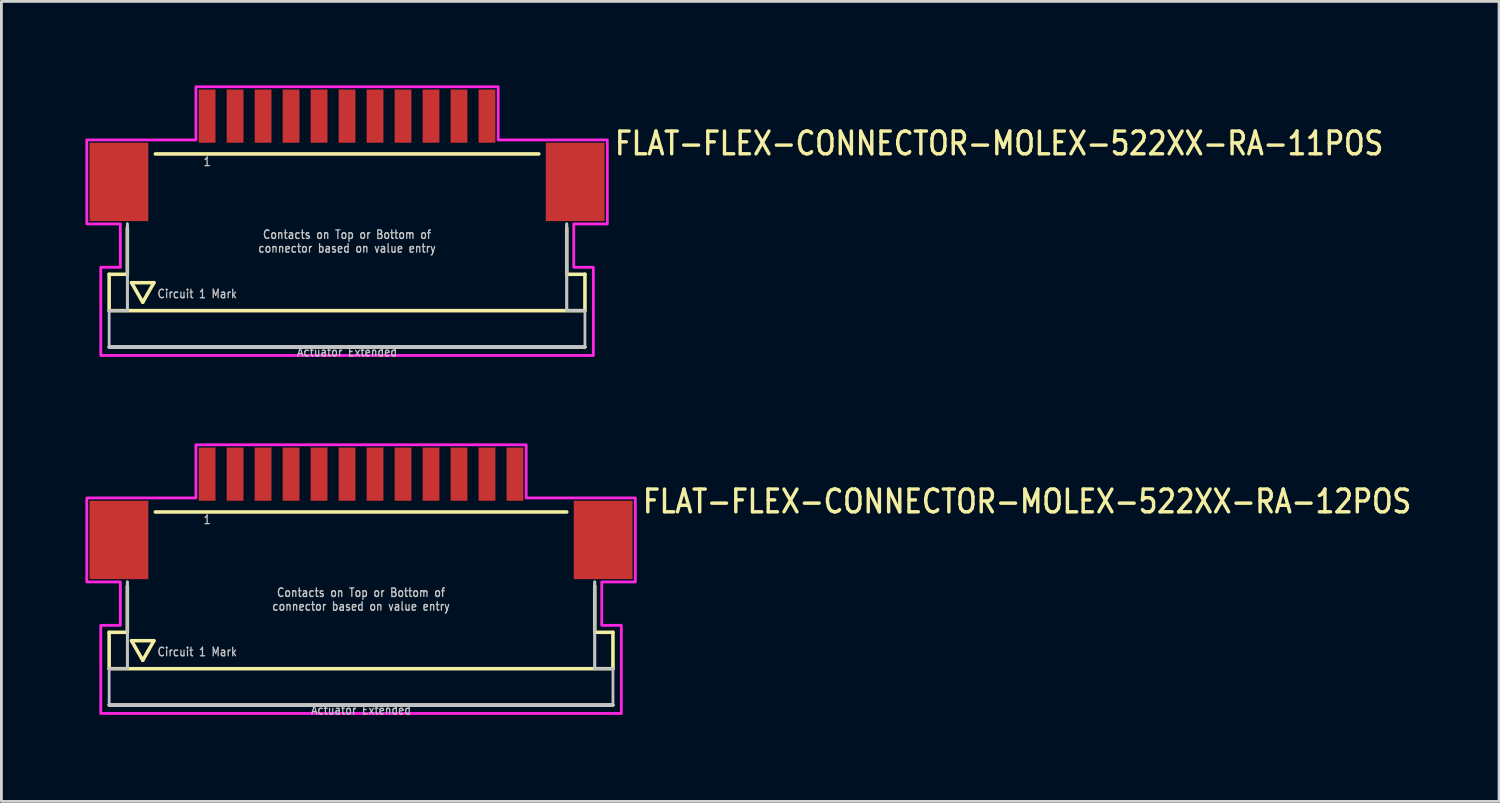
<source format=kicad_pcb>
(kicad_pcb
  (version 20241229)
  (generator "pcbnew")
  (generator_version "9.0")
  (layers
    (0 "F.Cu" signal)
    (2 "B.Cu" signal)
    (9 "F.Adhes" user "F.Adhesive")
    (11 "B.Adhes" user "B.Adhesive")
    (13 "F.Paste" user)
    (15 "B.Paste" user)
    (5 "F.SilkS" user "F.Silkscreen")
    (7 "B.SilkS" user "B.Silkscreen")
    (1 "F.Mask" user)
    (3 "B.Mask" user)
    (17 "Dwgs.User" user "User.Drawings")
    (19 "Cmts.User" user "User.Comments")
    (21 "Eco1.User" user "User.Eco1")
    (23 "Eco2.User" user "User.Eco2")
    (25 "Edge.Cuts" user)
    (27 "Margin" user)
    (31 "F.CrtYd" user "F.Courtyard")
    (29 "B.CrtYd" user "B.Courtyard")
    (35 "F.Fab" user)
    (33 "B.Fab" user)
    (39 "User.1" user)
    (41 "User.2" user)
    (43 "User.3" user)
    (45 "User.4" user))
  (footprint "FLAT-FLEX-CONNECTOR-MOLEX-522XX-RA-12POS"
    (layer "F.Cu")
    (at 9.85 14.842)
    (property "Reference" "FLAT-FLEX-CONNECTOR-MOLEX-522XX-RA-12POS" (at 10 0.5 0) (unlocked yes) (layer "F.SilkS") (effects (font (size 0.813 0.695) (thickness 0.122)) (justify left bottom)))
    (fp_line (start -9 4.7) (end -9 6) (stroke (width 0.127) (type solid)) (layer "F.SilkS"))
    (fp_line (start -9 6) (end 9 6) (stroke (width 0.127) (type solid)) (layer "F.SilkS"))
    (fp_line (start -8.35 3.05) (end -8.35 4.7) (stroke (width 0.127) (type solid)) (layer "F.SilkS"))
    (fp_line (start -8.35 4.7) (end -9 4.7) (stroke (width 0.127) (type solid)) (layer "F.SilkS"))
    (fp_line (start -8.2 5) (end -7.4 5) (stroke (width 0.127) (type solid)) (layer "F.SilkS"))
    (fp_line (start -7.8 5.7) (end -8.2 5) (stroke (width 0.127) (type solid)) (layer "F.SilkS"))
    (fp_line (start -7.4 5) (end -7.8 5.7) (stroke (width 0.127) (type solid)) (layer "F.SilkS"))
    (fp_line (start -7.35 0.4) (end 7.35 0.4) (stroke (width 0.127) (type solid)) (layer "F.SilkS"))
    (fp_line (start 8.35 3.05) (end 8.35 4.7) (stroke (width 0.127) (type solid)) (layer "F.SilkS"))
    (fp_line (start 9 4.7) (end 8.35 4.7) (stroke (width 0.127) (type solid)) (layer "F.SilkS"))
    (fp_line (start 9 6) (end 9 4.7) (stroke (width 0.127) (type solid)) (layer "F.SilkS"))
    (fp_line (start -9 6) (end -9 7.3) (stroke (width 0.1) (type solid)) (layer "Dwgs.User"))
    (fp_line (start -9 7.3) (end 9 7.3) (stroke (width 0.1) (type solid)) (layer "Dwgs.User"))
    (fp_line (start -9 7.3) (end 9 7.3) (stroke (width 0.1) (type solid)) (layer "Dwgs.User"))
    (fp_line (start -9 7.3) (end 9 7.3) (stroke (width 0.1) (type solid)) (layer "Dwgs.User"))
    (fp_line (start -9 7.3) (end 9 7.3) (stroke (width 0.1) (type solid)) (layer "Dwgs.User"))
    (fp_line (start -9 7.3) (end 9 7.3) (stroke (width 0.1) (type solid)) (layer "Dwgs.User"))
    (fp_line (start -9 7.3) (end 9 7.3) (stroke (width 0.1) (type solid)) (layer "Dwgs.User"))
    (fp_line (start -9 7.3) (end 9 7.3) (stroke (width 0.1) (type solid)) (layer "Dwgs.User"))
    (fp_line (start -9 7.3) (end 9 7.3) (stroke (width 0.1) (type solid)) (layer "Dwgs.User"))
    (fp_line (start -9 7.3) (end 9 7.3) (stroke (width 0.1) (type solid)) (layer "Dwgs.User"))
    (fp_line (start -8.35 2.9) (end -8.35 6) (stroke (width 0.1) (type solid)) (layer "Dwgs.User"))
    (fp_line (start -8.35 2.9) (end -8.35 6) (stroke (width 0.1) (type solid)) (layer "Dwgs.User"))
    (fp_line (start -8.35 6) (end -9 6) (stroke (width 0.1) (type solid)) (layer "Dwgs.User"))
    (fp_line (start 8.35 2.9) (end 8.35 6) (stroke (width 0.1) (type solid)) (layer "Dwgs.User"))
    (fp_line (start 8.35 2.9) (end 8.35 6) (stroke (width 0.1) (type solid)) (layer "Dwgs.User"))
    (fp_line (start 9 6) (end 8.35 6) (stroke (width 0.1) (type solid)) (layer "Dwgs.User"))
    (fp_line (start 9 7.3) (end 9 6) (stroke (width 0.1) (type solid)) (layer "Dwgs.User"))
    (fp_poly (pts (xy -9.8 2.9) (xy -9.8 -0.1) (xy -5.9 -0.1) (xy -5.9 -2) (xy 5.9 -2) (xy 5.9 -0.1) (xy 9.8 -0.1) (xy 9.8 2.9) (xy 8.6 2.9) (xy 8.6 4.45) (xy 9.3 4.45) (xy 9.3 7.6) (xy -9.3 7.6) (xy -9.3 4.45) (xy -8.6 4.45) (xy -8.6 2.9)) (stroke (width 0.1) (type solid)) (fill no) (layer "F.CrtYd"))
    (fp_text user "Circuit 1 Mark" (at -7.3 5.4 0) (unlocked yes) (layer "Dwgs.User") (effects (font (size 0.305 0.261) (thickness 0.046)) (justify left)))
    (fp_text user "1" (at -5.5 0.5 0) (unlocked yes) (layer "Dwgs.User") (effects (font (size 0.305 0.261) (thickness 0.046)) (justify top)))
    (fp_text user "Actuator Extended" (at 0 7.3 0) (unlocked yes) (layer "Dwgs.User") (effects (font (size 0.305 0.261) (thickness 0.046)) (justify top)))
    (fp_text user "Contacts on Top or Bottom of\nconnector based on value entry" (at 0 3.95 0) (unlocked yes) (layer "Dwgs.User") (effects (font (size 0.305 0.261) (thickness 0.046)) (justify bottom)))
    (pad "1" smd rect (at -5.5 -0.95) (size 0.6 1.9) (layers "F.Cu" "F.Mask" "F.Paste"))
    (pad "2" smd rect (at -4.5 -0.95) (size 0.6 1.9) (layers "F.Cu" "F.Mask" "F.Paste"))
    (pad "3" smd rect (at -3.5 -0.95) (size 0.6 1.9) (layers "F.Cu" "F.Mask" "F.Paste"))
    (pad "4" smd rect (at -2.5 -0.95) (size 0.6 1.9) (layers "F.Cu" "F.Mask" "F.Paste"))
    (pad "5" smd rect (at -1.5 -0.95) (size 0.6 1.9) (layers "F.Cu" "F.Mask" "F.Paste"))
    (pad "6" smd rect (at -0.5 -0.95) (size 0.6 1.9) (layers "F.Cu" "F.Mask" "F.Paste"))
    (pad "7" smd rect (at 0.5 -0.95) (size 0.6 1.9) (layers "F.Cu" "F.Mask" "F.Paste"))
    (pad "8" smd rect (at 1.5 -0.95) (size 0.6 1.9) (layers "F.Cu" "F.Mask" "F.Paste"))
    (pad "9" smd rect (at 2.5 -0.95) (size 0.6 1.9) (layers "F.Cu" "F.Mask" "F.Paste"))
    (pad "10" smd rect (at 3.5 -0.95) (size 0.6 1.9) (layers "F.Cu" "F.Mask" "F.Paste"))
    (pad "11" smd rect (at 4.5 -0.95) (size 0.6 1.9) (layers "F.Cu" "F.Mask" "F.Paste"))
    (pad "12" smd rect (at 5.5 -0.95) (size 0.6 1.9) (layers "F.Cu" "F.Mask" "F.Paste"))
    (pad "M1" smd rect (at -8.65 1.4) (size 2.1 2.8) (layers "F.Cu" "F.Mask" "F.Paste"))
    (pad "M2" smd rect (at 8.65 1.4) (size 2.1 2.8) (layers "F.Cu" "F.Mask" "F.Paste")))
  (footprint "FLAT-FLEX-CONNECTOR-MOLEX-522XX-RA-11POS"
    (layer "F.Cu")
    (at 9.35 2.05)
    (property "Reference" "FLAT-FLEX-CONNECTOR-MOLEX-522XX-RA-11POS" (at 9.5 0.5 0) (unlocked yes) (layer "F.SilkS") (effects (font (size 0.813 0.695) (thickness 0.122)) (justify left bottom)))
    (fp_line (start -8.5 4.7) (end -8.5 6) (stroke (width 0.127) (type solid)) (layer "F.SilkS"))
    (fp_line (start -8.5 6) (end 8.5 6) (stroke (width 0.127) (type solid)) (layer "F.SilkS"))
    (fp_line (start -7.85 3.05) (end -7.85 4.7) (stroke (width 0.127) (type solid)) (layer "F.SilkS"))
    (fp_line (start -7.85 4.7) (end -8.5 4.7) (stroke (width 0.127) (type solid)) (layer "F.SilkS"))
    (fp_line (start -7.7 5) (end -6.9 5) (stroke (width 0.127) (type solid)) (layer "F.SilkS"))
    (fp_line (start -7.3 5.7) (end -7.7 5) (stroke (width 0.127) (type solid)) (layer "F.SilkS"))
    (fp_line (start -6.9 5) (end -7.3 5.7) (stroke (width 0.127) (type solid)) (layer "F.SilkS"))
    (fp_line (start -6.85 0.4) (end 6.85 0.4) (stroke (width 0.127) (type solid)) (layer "F.SilkS"))
    (fp_line (start 7.85 3.05) (end 7.85 4.7) (stroke (width 0.127) (type solid)) (layer "F.SilkS"))
    (fp_line (start 8.5 4.7) (end 7.85 4.7) (stroke (width 0.127) (type solid)) (layer "F.SilkS"))
    (fp_line (start 8.5 6) (end 8.5 4.7) (stroke (width 0.127) (type solid)) (layer "F.SilkS"))
    (fp_line (start -8.5 6) (end -8.5 7.3) (stroke (width 0.1) (type solid)) (layer "Dwgs.User"))
    (fp_line (start -8.5 7.3) (end 8.5 7.3) (stroke (width 0.1) (type solid)) (layer "Dwgs.User"))
    (fp_line (start -8.5 7.3) (end 8.5 7.3) (stroke (width 0.1) (type solid)) (layer "Dwgs.User"))
    (fp_line (start -8.5 7.3) (end 8.5 7.3) (stroke (width 0.1) (type solid)) (layer "Dwgs.User"))
    (fp_line (start -8.5 7.3) (end 8.5 7.3) (stroke (width 0.1) (type solid)) (layer "Dwgs.User"))
    (fp_line (start -8.5 7.3) (end 8.5 7.3) (stroke (width 0.1) (type solid)) (layer "Dwgs.User"))
    (fp_line (start -8.5 7.3) (end 8.5 7.3) (stroke (width 0.1) (type solid)) (layer "Dwgs.User"))
    (fp_line (start -8.5 7.3) (end 8.5 7.3) (stroke (width 0.1) (type solid)) (layer "Dwgs.User"))
    (fp_line (start -8.5 7.3) (end 8.5 7.3) (stroke (width 0.1) (type solid)) (layer "Dwgs.User"))
    (fp_line (start -8.5 7.3) (end 8.5 7.3) (stroke (width 0.1) (type solid)) (layer "Dwgs.User"))
    (fp_line (start -7.85 2.9) (end -7.85 6) (stroke (width 0.1) (type solid)) (layer "Dwgs.User"))
    (fp_line (start -7.85 2.9) (end -7.85 6) (stroke (width 0.1) (type solid)) (layer "Dwgs.User"))
    (fp_line (start -7.85 6) (end -8.5 6) (stroke (width 0.1) (type solid)) (layer "Dwgs.User"))
    (fp_line (start 7.85 2.9) (end 7.85 6) (stroke (width 0.1) (type solid)) (layer "Dwgs.User"))
    (fp_line (start 7.85 2.9) (end 7.85 6) (stroke (width 0.1) (type solid)) (layer "Dwgs.User"))
    (fp_line (start 8.5 6) (end 7.85 6) (stroke (width 0.1) (type solid)) (layer "Dwgs.User"))
    (fp_line (start 8.5 7.3) (end 8.5 6) (stroke (width 0.1) (type solid)) (layer "Dwgs.User"))
    (fp_poly (pts (xy -9.3 2.9) (xy -9.3 -0.1) (xy -5.4 -0.1) (xy -5.4 -2) (xy 5.4 -2) (xy 5.4 -0.1) (xy 9.3 -0.1) (xy 9.3 2.9) (xy 8.1 2.9) (xy 8.1 4.45) (xy 8.8 4.45) (xy 8.8 7.6) (xy -8.8 7.6) (xy -8.8 4.45) (xy -8.1 4.45) (xy -8.1 2.9)) (stroke (width 0.1) (type solid)) (fill no) (layer "F.CrtYd"))
    (fp_text user "Actuator Extended" (at 0 7.3 0) (unlocked yes) (layer "Dwgs.User") (effects (font (size 0.305 0.261) (thickness 0.046)) (justify top)))
    (fp_text user "Circuit 1 Mark" (at -6.8 5.4 0) (unlocked yes) (layer "Dwgs.User") (effects (font (size 0.305 0.261) (thickness 0.046)) (justify left)))
    (fp_text user "Contacts on Top or Bottom of\nconnector based on value entry" (at 0 3.95 0) (unlocked yes) (layer "Dwgs.User") (effects (font (size 0.305 0.261) (thickness 0.046)) (justify bottom)))
    (fp_text user "1" (at -5 0.5 0) (unlocked yes) (layer "Dwgs.User") (effects (font (size 0.305 0.261) (thickness 0.046)) (justify top)))
    (pad "1" smd rect (at -5 -0.95) (size 0.6 1.9) (layers "F.Cu" "F.Mask" "F.Paste"))
    (pad "2" smd rect (at -4 -0.95) (size 0.6 1.9) (layers "F.Cu" "F.Mask" "F.Paste"))
    (pad "3" smd rect (at -3 -0.95) (size 0.6 1.9) (layers "F.Cu" "F.Mask" "F.Paste"))
    (pad "4" smd rect (at -2 -0.95) (size 0.6 1.9) (layers "F.Cu" "F.Mask" "F.Paste"))
    (pad "5" smd rect (at -1 -0.95) (size 0.6 1.9) (layers "F.Cu" "F.Mask" "F.Paste"))
    (pad "6" smd rect (at 0 -0.95) (size 0.6 1.9) (layers "F.Cu" "F.Mask" "F.Paste"))
    (pad "7" smd rect (at 1 -0.95) (size 0.6 1.9) (layers "F.Cu" "F.Mask" "F.Paste"))
    (pad "8" smd rect (at 2 -0.95) (size 0.6 1.9) (layers "F.Cu" "F.Mask" "F.Paste"))
    (pad "9" smd rect (at 3 -0.95) (size 0.6 1.9) (layers "F.Cu" "F.Mask" "F.Paste"))
    (pad "10" smd rect (at 4 -0.95) (size 0.6 1.9) (layers "F.Cu" "F.Mask" "F.Paste"))
    (pad "11" smd rect (at 5 -0.95) (size 0.6 1.9) (layers "F.Cu" "F.Mask" "F.Paste"))
    (pad "M1" smd rect (at -8.15 1.4) (size 2.1 2.8) (layers "F.Cu" "F.Mask" "F.Paste"))
    (pad "M2" smd rect (at 8.15 1.4) (size 2.1 2.8) (layers "F.Cu" "F.Mask" "F.Paste")))
  (gr_rect
    (start -3 -3)
    (end 50.511 25.584)
    (stroke (width 0.1) (type default))
    (fill no)
    (layer "Edge.Cuts")))
</source>
